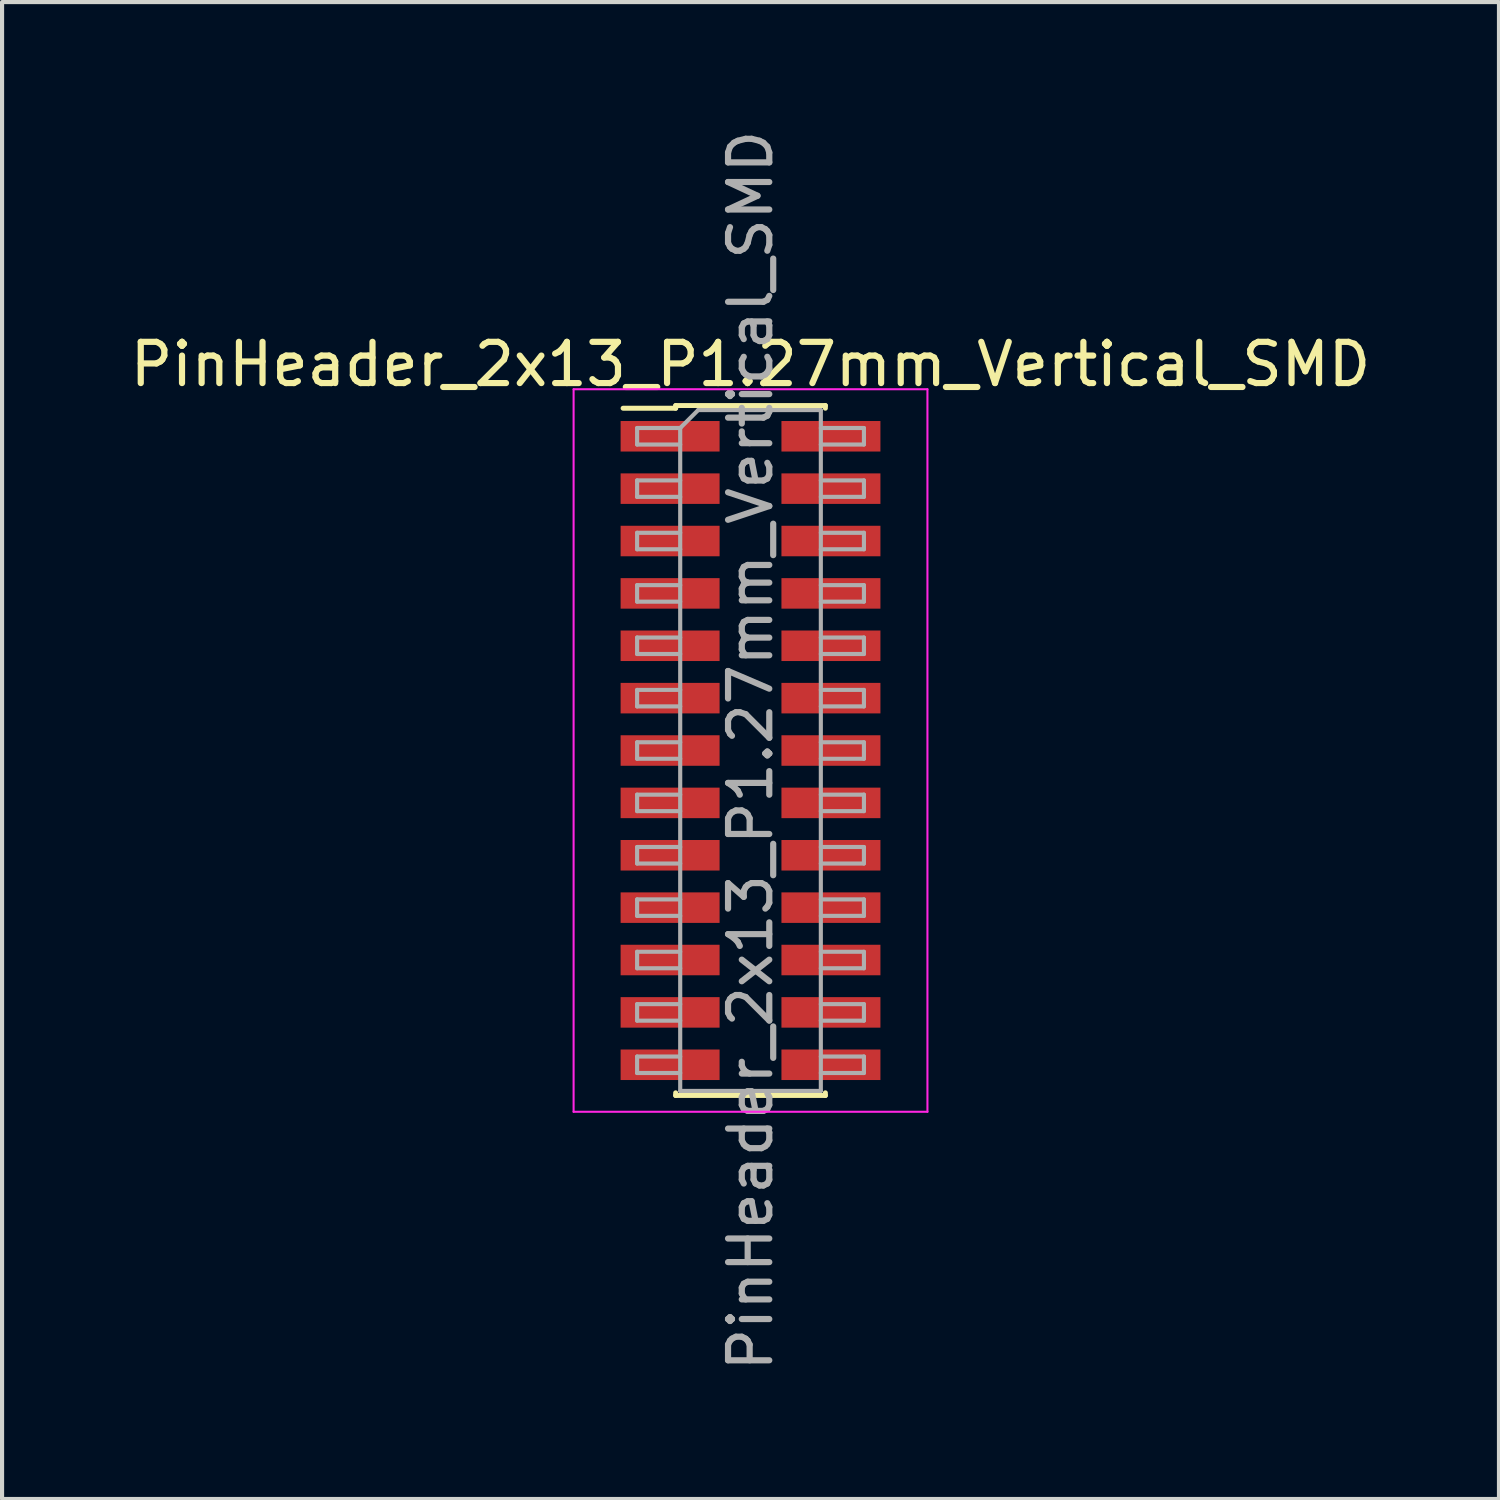
<source format=kicad_pcb>
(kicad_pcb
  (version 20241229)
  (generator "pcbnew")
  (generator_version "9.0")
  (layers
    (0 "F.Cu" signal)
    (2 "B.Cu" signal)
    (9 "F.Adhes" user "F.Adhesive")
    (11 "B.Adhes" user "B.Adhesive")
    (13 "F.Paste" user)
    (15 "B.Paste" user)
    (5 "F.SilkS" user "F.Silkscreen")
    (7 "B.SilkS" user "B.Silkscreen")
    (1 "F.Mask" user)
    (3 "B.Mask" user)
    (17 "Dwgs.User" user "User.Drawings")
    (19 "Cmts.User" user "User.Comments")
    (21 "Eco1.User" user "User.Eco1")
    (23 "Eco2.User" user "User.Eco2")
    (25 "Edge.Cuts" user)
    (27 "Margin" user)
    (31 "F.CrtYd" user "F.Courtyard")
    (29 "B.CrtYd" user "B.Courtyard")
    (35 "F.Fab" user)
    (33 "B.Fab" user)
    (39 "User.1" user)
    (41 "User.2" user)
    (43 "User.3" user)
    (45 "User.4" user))
  (footprint "PinHeader_2x13_P1.27mm_Vertical_SMD"
    (layer "F.Cu")
    (at 15.149 15.149)
    (property "Reference" "PinHeader_2x13_P1.27mm_Vertical_SMD" (at 0 -9.365 0) (layer "F.SilkS") (effects (font (size 1 1) (thickness 0.15))))
    (attr smd)
    (fp_line (start -3.09 -8.3) (end -1.815 -8.3) (stroke (width 0.12) (type solid)) (layer "F.SilkS"))
    (fp_line (start -1.815 -8.365) (end -1.815 -8.3) (stroke (width 0.12) (type solid)) (layer "F.SilkS"))
    (fp_line (start -1.815 -8.365) (end 1.815 -8.365) (stroke (width 0.12) (type solid)) (layer "F.SilkS"))
    (fp_line (start -1.815 8.3) (end -1.815 8.365) (stroke (width 0.12) (type solid)) (layer "F.SilkS"))
    (fp_line (start -1.815 8.365) (end 1.815 8.365) (stroke (width 0.12) (type solid)) (layer "F.SilkS"))
    (fp_line (start 1.815 -8.365) (end 1.815 -8.3) (stroke (width 0.12) (type solid)) (layer "F.SilkS"))
    (fp_line (start 1.815 8.3) (end 1.815 8.365) (stroke (width 0.12) (type solid)) (layer "F.SilkS"))
    (fp_line (start -4.29 -8.76) (end -4.29 8.76) (stroke (width 0.05) (type solid)) (layer "F.CrtYd"))
    (fp_line (start -4.29 8.76) (end 4.29 8.76) (stroke (width 0.05) (type solid)) (layer "F.CrtYd"))
    (fp_line (start 4.29 -8.76) (end -4.29 -8.76) (stroke (width 0.05) (type solid)) (layer "F.CrtYd"))
    (fp_line (start 4.29 8.76) (end 4.29 -8.76) (stroke (width 0.05) (type solid)) (layer "F.CrtYd"))
    (fp_line (start -2.75 -7.82) (end -2.75 -7.42) (stroke (width 0.1) (type solid)) (layer "F.Fab"))
    (fp_line (start -2.75 -7.42) (end -1.705 -7.42) (stroke (width 0.1) (type solid)) (layer "F.Fab"))
    (fp_line (start -2.75 -6.55) (end -2.75 -6.15) (stroke (width 0.1) (type solid)) (layer "F.Fab"))
    (fp_line (start -2.75 -6.15) (end -1.705 -6.15) (stroke (width 0.1) (type solid)) (layer "F.Fab"))
    (fp_line (start -2.75 -5.28) (end -2.75 -4.88) (stroke (width 0.1) (type solid)) (layer "F.Fab"))
    (fp_line (start -2.75 -4.88) (end -1.705 -4.88) (stroke (width 0.1) (type solid)) (layer "F.Fab"))
    (fp_line (start -2.75 -4.01) (end -2.75 -3.61) (stroke (width 0.1) (type solid)) (layer "F.Fab"))
    (fp_line (start -2.75 -3.61) (end -1.705 -3.61) (stroke (width 0.1) (type solid)) (layer "F.Fab"))
    (fp_line (start -2.75 -2.74) (end -2.75 -2.34) (stroke (width 0.1) (type solid)) (layer "F.Fab"))
    (fp_line (start -2.75 -2.34) (end -1.705 -2.34) (stroke (width 0.1) (type solid)) (layer "F.Fab"))
    (fp_line (start -2.75 -1.47) (end -2.75 -1.07) (stroke (width 0.1) (type solid)) (layer "F.Fab"))
    (fp_line (start -2.75 -1.07) (end -1.705 -1.07) (stroke (width 0.1) (type solid)) (layer "F.Fab"))
    (fp_line (start -2.75 -0.2) (end -2.75 0.2) (stroke (width 0.1) (type solid)) (layer "F.Fab"))
    (fp_line (start -2.75 0.2) (end -1.705 0.2) (stroke (width 0.1) (type solid)) (layer "F.Fab"))
    (fp_line (start -2.75 1.07) (end -2.75 1.47) (stroke (width 0.1) (type solid)) (layer "F.Fab"))
    (fp_line (start -2.75 1.47) (end -1.705 1.47) (stroke (width 0.1) (type solid)) (layer "F.Fab"))
    (fp_line (start -2.75 2.34) (end -2.75 2.74) (stroke (width 0.1) (type solid)) (layer "F.Fab"))
    (fp_line (start -2.75 2.74) (end -1.705 2.74) (stroke (width 0.1) (type solid)) (layer "F.Fab"))
    (fp_line (start -2.75 3.61) (end -2.75 4.01) (stroke (width 0.1) (type solid)) (layer "F.Fab"))
    (fp_line (start -2.75 4.01) (end -1.705 4.01) (stroke (width 0.1) (type solid)) (layer "F.Fab"))
    (fp_line (start -2.75 4.88) (end -2.75 5.28) (stroke (width 0.1) (type solid)) (layer "F.Fab"))
    (fp_line (start -2.75 5.28) (end -1.705 5.28) (stroke (width 0.1) (type solid)) (layer "F.Fab"))
    (fp_line (start -2.75 6.15) (end -2.75 6.55) (stroke (width 0.1) (type solid)) (layer "F.Fab"))
    (fp_line (start -2.75 6.55) (end -1.705 6.55) (stroke (width 0.1) (type solid)) (layer "F.Fab"))
    (fp_line (start -2.75 7.42) (end -2.75 7.82) (stroke (width 0.1) (type solid)) (layer "F.Fab"))
    (fp_line (start -2.75 7.82) (end -1.705 7.82) (stroke (width 0.1) (type solid)) (layer "F.Fab"))
    (fp_line (start -1.705 -7.82) (end -2.75 -7.82) (stroke (width 0.1) (type solid)) (layer "F.Fab"))
    (fp_line (start -1.705 -7.82) (end -1.27 -8.255) (stroke (width 0.1) (type solid)) (layer "F.Fab"))
    (fp_line (start -1.705 -6.55) (end -2.75 -6.55) (stroke (width 0.1) (type solid)) (layer "F.Fab"))
    (fp_line (start -1.705 -5.28) (end -2.75 -5.28) (stroke (width 0.1) (type solid)) (layer "F.Fab"))
    (fp_line (start -1.705 -4.01) (end -2.75 -4.01) (stroke (width 0.1) (type solid)) (layer "F.Fab"))
    (fp_line (start -1.705 -2.74) (end -2.75 -2.74) (stroke (width 0.1) (type solid)) (layer "F.Fab"))
    (fp_line (start -1.705 -1.47) (end -2.75 -1.47) (stroke (width 0.1) (type solid)) (layer "F.Fab"))
    (fp_line (start -1.705 -0.2) (end -2.75 -0.2) (stroke (width 0.1) (type solid)) (layer "F.Fab"))
    (fp_line (start -1.705 1.07) (end -2.75 1.07) (stroke (width 0.1) (type solid)) (layer "F.Fab"))
    (fp_line (start -1.705 2.34) (end -2.75 2.34) (stroke (width 0.1) (type solid)) (layer "F.Fab"))
    (fp_line (start -1.705 3.61) (end -2.75 3.61) (stroke (width 0.1) (type solid)) (layer "F.Fab"))
    (fp_line (start -1.705 4.88) (end -2.75 4.88) (stroke (width 0.1) (type solid)) (layer "F.Fab"))
    (fp_line (start -1.705 6.15) (end -2.75 6.15) (stroke (width 0.1) (type solid)) (layer "F.Fab"))
    (fp_line (start -1.705 7.42) (end -2.75 7.42) (stroke (width 0.1) (type solid)) (layer "F.Fab"))
    (fp_line (start -1.705 8.255) (end -1.705 -7.82) (stroke (width 0.1) (type solid)) (layer "F.Fab"))
    (fp_line (start -1.27 -8.255) (end 1.705 -8.255) (stroke (width 0.1) (type solid)) (layer "F.Fab"))
    (fp_line (start 1.705 -8.255) (end 1.705 8.255) (stroke (width 0.1) (type solid)) (layer "F.Fab"))
    (fp_line (start 1.705 -7.82) (end 2.75 -7.82) (stroke (width 0.1) (type solid)) (layer "F.Fab"))
    (fp_line (start 1.705 -6.55) (end 2.75 -6.55) (stroke (width 0.1) (type solid)) (layer "F.Fab"))
    (fp_line (start 1.705 -5.28) (end 2.75 -5.28) (stroke (width 0.1) (type solid)) (layer "F.Fab"))
    (fp_line (start 1.705 -4.01) (end 2.75 -4.01) (stroke (width 0.1) (type solid)) (layer "F.Fab"))
    (fp_line (start 1.705 -2.74) (end 2.75 -2.74) (stroke (width 0.1) (type solid)) (layer "F.Fab"))
    (fp_line (start 1.705 -1.47) (end 2.75 -1.47) (stroke (width 0.1) (type solid)) (layer "F.Fab"))
    (fp_line (start 1.705 -0.2) (end 2.75 -0.2) (stroke (width 0.1) (type solid)) (layer "F.Fab"))
    (fp_line (start 1.705 1.07) (end 2.75 1.07) (stroke (width 0.1) (type solid)) (layer "F.Fab"))
    (fp_line (start 1.705 2.34) (end 2.75 2.34) (stroke (width 0.1) (type solid)) (layer "F.Fab"))
    (fp_line (start 1.705 3.61) (end 2.75 3.61) (stroke (width 0.1) (type solid)) (layer "F.Fab"))
    (fp_line (start 1.705 4.88) (end 2.75 4.88) (stroke (width 0.1) (type solid)) (layer "F.Fab"))
    (fp_line (start 1.705 6.15) (end 2.75 6.15) (stroke (width 0.1) (type solid)) (layer "F.Fab"))
    (fp_line (start 1.705 7.42) (end 2.75 7.42) (stroke (width 0.1) (type solid)) (layer "F.Fab"))
    (fp_line (start 1.705 8.255) (end -1.705 8.255) (stroke (width 0.1) (type solid)) (layer "F.Fab"))
    (fp_line (start 2.75 -7.82) (end 2.75 -7.42) (stroke (width 0.1) (type solid)) (layer "F.Fab"))
    (fp_line (start 2.75 -7.42) (end 1.705 -7.42) (stroke (width 0.1) (type solid)) (layer "F.Fab"))
    (fp_line (start 2.75 -6.55) (end 2.75 -6.15) (stroke (width 0.1) (type solid)) (layer "F.Fab"))
    (fp_line (start 2.75 -6.15) (end 1.705 -6.15) (stroke (width 0.1) (type solid)) (layer "F.Fab"))
    (fp_line (start 2.75 -5.28) (end 2.75 -4.88) (stroke (width 0.1) (type solid)) (layer "F.Fab"))
    (fp_line (start 2.75 -4.88) (end 1.705 -4.88) (stroke (width 0.1) (type solid)) (layer "F.Fab"))
    (fp_line (start 2.75 -4.01) (end 2.75 -3.61) (stroke (width 0.1) (type solid)) (layer "F.Fab"))
    (fp_line (start 2.75 -3.61) (end 1.705 -3.61) (stroke (width 0.1) (type solid)) (layer "F.Fab"))
    (fp_line (start 2.75 -2.74) (end 2.75 -2.34) (stroke (width 0.1) (type solid)) (layer "F.Fab"))
    (fp_line (start 2.75 -2.34) (end 1.705 -2.34) (stroke (width 0.1) (type solid)) (layer "F.Fab"))
    (fp_line (start 2.75 -1.47) (end 2.75 -1.07) (stroke (width 0.1) (type solid)) (layer "F.Fab"))
    (fp_line (start 2.75 -1.07) (end 1.705 -1.07) (stroke (width 0.1) (type solid)) (layer "F.Fab"))
    (fp_line (start 2.75 -0.2) (end 2.75 0.2) (stroke (width 0.1) (type solid)) (layer "F.Fab"))
    (fp_line (start 2.75 0.2) (end 1.705 0.2) (stroke (width 0.1) (type solid)) (layer "F.Fab"))
    (fp_line (start 2.75 1.07) (end 2.75 1.47) (stroke (width 0.1) (type solid)) (layer "F.Fab"))
    (fp_line (start 2.75 1.47) (end 1.705 1.47) (stroke (width 0.1) (type solid)) (layer "F.Fab"))
    (fp_line (start 2.75 2.34) (end 2.75 2.74) (stroke (width 0.1) (type solid)) (layer "F.Fab"))
    (fp_line (start 2.75 2.74) (end 1.705 2.74) (stroke (width 0.1) (type solid)) (layer "F.Fab"))
    (fp_line (start 2.75 3.61) (end 2.75 4.01) (stroke (width 0.1) (type solid)) (layer "F.Fab"))
    (fp_line (start 2.75 4.01) (end 1.705 4.01) (stroke (width 0.1) (type solid)) (layer "F.Fab"))
    (fp_line (start 2.75 4.88) (end 2.75 5.28) (stroke (width 0.1) (type solid)) (layer "F.Fab"))
    (fp_line (start 2.75 5.28) (end 1.705 5.28) (stroke (width 0.1) (type solid)) (layer "F.Fab"))
    (fp_line (start 2.75 6.15) (end 2.75 6.55) (stroke (width 0.1) (type solid)) (layer "F.Fab"))
    (fp_line (start 2.75 6.55) (end 1.705 6.55) (stroke (width 0.1) (type solid)) (layer "F.Fab"))
    (fp_line (start 2.75 7.42) (end 2.75 7.82) (stroke (width 0.1) (type solid)) (layer "F.Fab"))
    (fp_line (start 2.75 7.82) (end 1.705 7.82) (stroke (width 0.1) (type solid)) (layer "F.Fab"))
    (fp_text user "${REFERENCE}" (at 0 0 90) (layer "F.Fab") (effects (font (size 1 1) (thickness 0.15))))
    (pad "1" smd rect (at -1.95 -7.62) (size 2.4 0.74) (layers "F.Cu" "F.Mask" "F.Paste"))
    (pad "2" smd rect (at 1.95 -7.62) (size 2.4 0.74) (layers "F.Cu" "F.Mask" "F.Paste"))
    (pad "3" smd rect (at -1.95 -6.35) (size 2.4 0.74) (layers "F.Cu" "F.Mask" "F.Paste"))
    (pad "4" smd rect (at 1.95 -6.35) (size 2.4 0.74) (layers "F.Cu" "F.Mask" "F.Paste"))
    (pad "5" smd rect (at -1.95 -5.08) (size 2.4 0.74) (layers "F.Cu" "F.Mask" "F.Paste"))
    (pad "6" smd rect (at 1.95 -5.08) (size 2.4 0.74) (layers "F.Cu" "F.Mask" "F.Paste"))
    (pad "7" smd rect (at -1.95 -3.81) (size 2.4 0.74) (layers "F.Cu" "F.Mask" "F.Paste"))
    (pad "8" smd rect (at 1.95 -3.81) (size 2.4 0.74) (layers "F.Cu" "F.Mask" "F.Paste"))
    (pad "9" smd rect (at -1.95 -2.54) (size 2.4 0.74) (layers "F.Cu" "F.Mask" "F.Paste"))
    (pad "10" smd rect (at 1.95 -2.54) (size 2.4 0.74) (layers "F.Cu" "F.Mask" "F.Paste"))
    (pad "11" smd rect (at -1.95 -1.27) (size 2.4 0.74) (layers "F.Cu" "F.Mask" "F.Paste"))
    (pad "12" smd rect (at 1.95 -1.27) (size 2.4 0.74) (layers "F.Cu" "F.Mask" "F.Paste"))
    (pad "13" smd rect (at -1.95 0) (size 2.4 0.74) (layers "F.Cu" "F.Mask" "F.Paste"))
    (pad "14" smd rect (at 1.95 0) (size 2.4 0.74) (layers "F.Cu" "F.Mask" "F.Paste"))
    (pad "15" smd rect (at -1.95 1.27) (size 2.4 0.74) (layers "F.Cu" "F.Mask" "F.Paste"))
    (pad "16" smd rect (at 1.95 1.27) (size 2.4 0.74) (layers "F.Cu" "F.Mask" "F.Paste"))
    (pad "17" smd rect (at -1.95 2.54) (size 2.4 0.74) (layers "F.Cu" "F.Mask" "F.Paste"))
    (pad "18" smd rect (at 1.95 2.54) (size 2.4 0.74) (layers "F.Cu" "F.Mask" "F.Paste"))
    (pad "19" smd rect (at -1.95 3.81) (size 2.4 0.74) (layers "F.Cu" "F.Mask" "F.Paste"))
    (pad "20" smd rect (at 1.95 3.81) (size 2.4 0.74) (layers "F.Cu" "F.Mask" "F.Paste"))
    (pad "21" smd rect (at -1.95 5.08) (size 2.4 0.74) (layers "F.Cu" "F.Mask" "F.Paste"))
    (pad "22" smd rect (at 1.95 5.08) (size 2.4 0.74) (layers "F.Cu" "F.Mask" "F.Paste"))
    (pad "23" smd rect (at -1.95 6.35) (size 2.4 0.74) (layers "F.Cu" "F.Mask" "F.Paste"))
    (pad "24" smd rect (at 1.95 6.35) (size 2.4 0.74) (layers "F.Cu" "F.Mask" "F.Paste"))
    (pad "25" smd rect (at -1.95 7.62) (size 2.4 0.74) (layers "F.Cu" "F.Mask" "F.Paste"))
    (pad "26" smd rect (at 1.95 7.62) (size 2.4 0.74) (layers "F.Cu" "F.Mask" "F.Paste")))
  (gr_rect
    (start -3 -3)
    (end 33.298 33.298)
    (stroke (width 0.1) (type default))
    (fill no)
    (layer "Edge.Cuts")))
</source>
